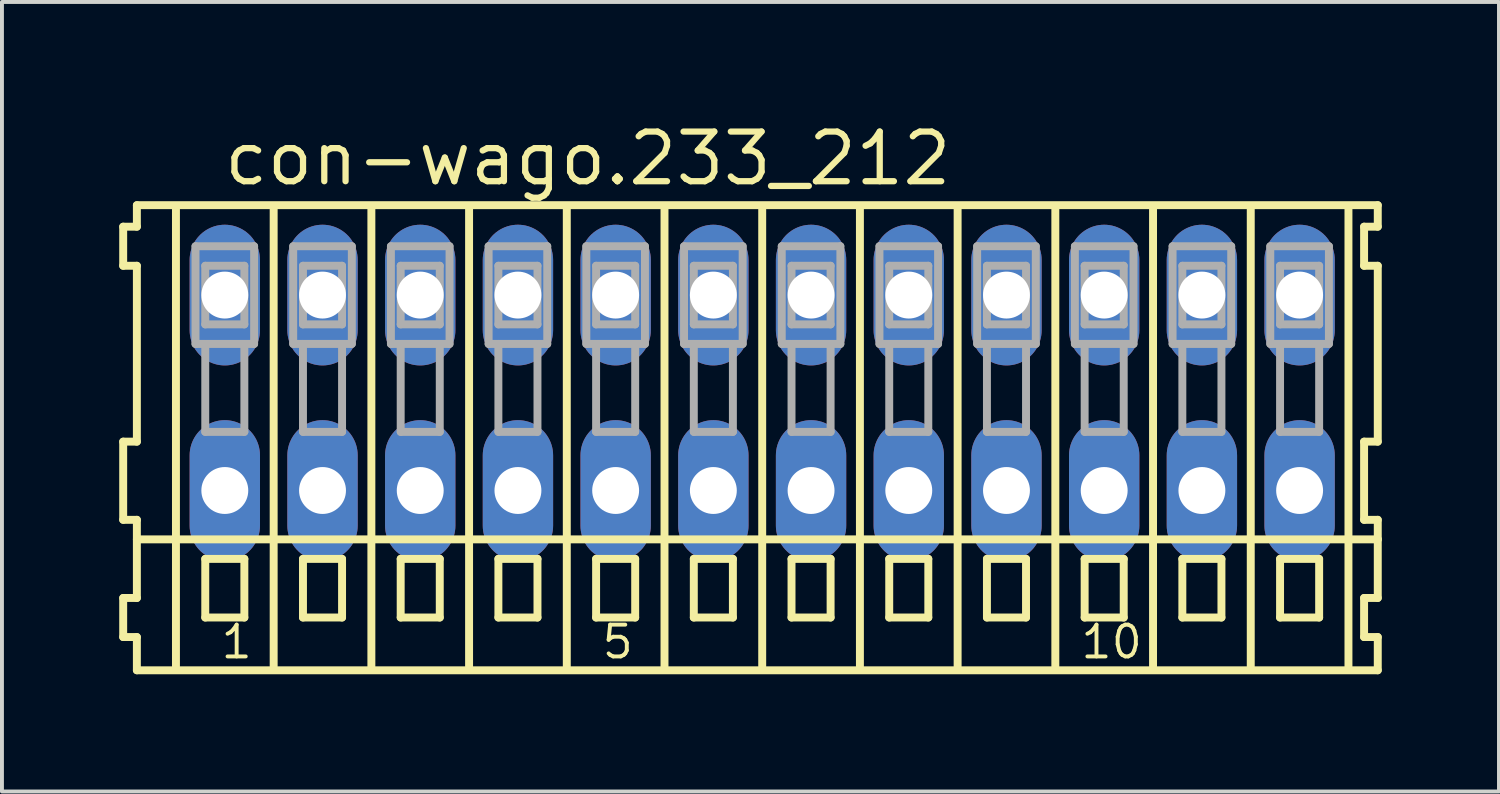
<source format=kicad_pcb>
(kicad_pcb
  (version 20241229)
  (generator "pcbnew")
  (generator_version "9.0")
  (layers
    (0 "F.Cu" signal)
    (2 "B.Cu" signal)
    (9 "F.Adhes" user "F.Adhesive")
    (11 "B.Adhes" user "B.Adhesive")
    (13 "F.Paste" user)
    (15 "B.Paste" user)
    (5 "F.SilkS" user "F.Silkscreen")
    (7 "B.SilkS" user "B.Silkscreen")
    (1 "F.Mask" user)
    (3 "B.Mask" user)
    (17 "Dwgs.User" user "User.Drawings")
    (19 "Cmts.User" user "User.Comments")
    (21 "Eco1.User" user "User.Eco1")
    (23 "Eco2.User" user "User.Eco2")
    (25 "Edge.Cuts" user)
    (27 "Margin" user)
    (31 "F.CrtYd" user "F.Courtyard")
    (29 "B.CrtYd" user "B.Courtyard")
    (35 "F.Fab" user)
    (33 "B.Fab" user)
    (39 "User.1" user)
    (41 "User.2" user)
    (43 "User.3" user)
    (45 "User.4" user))
  (footprint "con-wago.233_212"
    (layer "F.Cu")
    (at 16.452 7)
    (property "Reference" "con-wago.233_212" (at -13.85 -5.25 0) (layer "F.SilkS") (effects (font (size 1.27 1.27) (thickness 0.16)) (justify left bottom)))
    (attr through_hole)
    (fp_line (start -16.35 -4.25) (end -16.35 -3.25) (stroke (width 0.203) (type default)) (layer "F.SilkS"))
    (fp_line (start -16.35 -3.25) (end -16 -3.25) (stroke (width 0.203) (type default)) (layer "F.SilkS"))
    (fp_line (start -16.35 1.25) (end -16.35 3.25) (stroke (width 0.203) (type default)) (layer "F.SilkS"))
    (fp_line (start -16.35 3.25) (end -16 3.25) (stroke (width 0.203) (type default)) (layer "F.SilkS"))
    (fp_line (start -16.35 5.25) (end -16.35 6.25) (stroke (width 0.203) (type default)) (layer "F.SilkS"))
    (fp_line (start -16.35 6.25) (end -16 6.25) (stroke (width 0.203) (type default)) (layer "F.SilkS"))
    (fp_line (start -16 -4.8) (end -16 -4.25) (stroke (width 0.203) (type default)) (layer "F.SilkS"))
    (fp_line (start -16 -4.25) (end -16.35 -4.25) (stroke (width 0.203) (type default)) (layer "F.SilkS"))
    (fp_line (start -16 -3.25) (end -16 1.25) (stroke (width 0.203) (type default)) (layer "F.SilkS"))
    (fp_line (start -16 1.25) (end -16.35 1.25) (stroke (width 0.203) (type default)) (layer "F.SilkS"))
    (fp_line (start -16 3.25) (end -16 5.25) (stroke (width 0.203) (type default)) (layer "F.SilkS"))
    (fp_line (start -16 3.75) (end 15.75 3.75) (stroke (width 0.203) (type default)) (layer "F.SilkS"))
    (fp_line (start -16 5.25) (end -16.35 5.25) (stroke (width 0.203) (type default)) (layer "F.SilkS"))
    (fp_line (start -16 6.25) (end -16 7.1) (stroke (width 0.203) (type default)) (layer "F.SilkS"))
    (fp_line (start -16 7.1) (end 15.75 7.1) (stroke (width 0.203) (type default)) (layer "F.SilkS"))
    (fp_line (start -15 -4.75) (end -15 7) (stroke (width 0.203) (type default)) (layer "F.SilkS"))
    (fp_line (start -14.25 4.25) (end -14.25 5.75) (stroke (width 0.203) (type default)) (layer "F.SilkS"))
    (fp_line (start -14.25 5.75) (end -13.25 5.75) (stroke (width 0.203) (type default)) (layer "F.SilkS"))
    (fp_line (start -13.25 4.25) (end -14.25 4.25) (stroke (width 0.203) (type default)) (layer "F.SilkS"))
    (fp_line (start -13.25 5.75) (end -13.25 4.25) (stroke (width 0.203) (type default)) (layer "F.SilkS"))
    (fp_line (start -12.5 -4.75) (end -12.5 7) (stroke (width 0.203) (type default)) (layer "F.SilkS"))
    (fp_line (start -11.75 4.25) (end -11.75 5.75) (stroke (width 0.203) (type default)) (layer "F.SilkS"))
    (fp_line (start -11.75 5.75) (end -10.75 5.75) (stroke (width 0.203) (type default)) (layer "F.SilkS"))
    (fp_line (start -10.75 4.25) (end -11.75 4.25) (stroke (width 0.203) (type default)) (layer "F.SilkS"))
    (fp_line (start -10.75 5.75) (end -10.75 4.25) (stroke (width 0.203) (type default)) (layer "F.SilkS"))
    (fp_line (start -10 -4.75) (end -10 7) (stroke (width 0.203) (type default)) (layer "F.SilkS"))
    (fp_line (start -9.25 4.25) (end -9.25 5.75) (stroke (width 0.203) (type default)) (layer "F.SilkS"))
    (fp_line (start -9.25 5.75) (end -8.25 5.75) (stroke (width 0.203) (type default)) (layer "F.SilkS"))
    (fp_line (start -8.25 4.25) (end -9.25 4.25) (stroke (width 0.203) (type default)) (layer "F.SilkS"))
    (fp_line (start -8.25 5.75) (end -8.25 4.25) (stroke (width 0.203) (type default)) (layer "F.SilkS"))
    (fp_line (start -7.5 -4.75) (end -7.5 7) (stroke (width 0.203) (type default)) (layer "F.SilkS"))
    (fp_line (start -6.75 4.25) (end -6.75 5.75) (stroke (width 0.203) (type default)) (layer "F.SilkS"))
    (fp_line (start -6.75 5.75) (end -5.75 5.75) (stroke (width 0.203) (type default)) (layer "F.SilkS"))
    (fp_line (start -5.75 4.25) (end -6.75 4.25) (stroke (width 0.203) (type default)) (layer "F.SilkS"))
    (fp_line (start -5.75 5.75) (end -5.75 4.25) (stroke (width 0.203) (type default)) (layer "F.SilkS"))
    (fp_line (start -5 -4.75) (end -5 7) (stroke (width 0.203) (type default)) (layer "F.SilkS"))
    (fp_line (start -4.25 4.25) (end -4.25 5.75) (stroke (width 0.203) (type default)) (layer "F.SilkS"))
    (fp_line (start -4.25 5.75) (end -3.25 5.75) (stroke (width 0.203) (type default)) (layer "F.SilkS"))
    (fp_line (start -3.25 4.25) (end -4.25 4.25) (stroke (width 0.203) (type default)) (layer "F.SilkS"))
    (fp_line (start -3.25 5.75) (end -3.25 4.25) (stroke (width 0.203) (type default)) (layer "F.SilkS"))
    (fp_line (start -2.5 -4.75) (end -2.5 7) (stroke (width 0.203) (type default)) (layer "F.SilkS"))
    (fp_line (start -1.75 4.25) (end -1.75 5.75) (stroke (width 0.203) (type default)) (layer "F.SilkS"))
    (fp_line (start -1.75 5.75) (end -0.75 5.75) (stroke (width 0.203) (type default)) (layer "F.SilkS"))
    (fp_line (start -0.75 4.25) (end -1.75 4.25) (stroke (width 0.203) (type default)) (layer "F.SilkS"))
    (fp_line (start -0.75 5.75) (end -0.75 4.25) (stroke (width 0.203) (type default)) (layer "F.SilkS"))
    (fp_line (start 0 -4.75) (end 0 7) (stroke (width 0.203) (type default)) (layer "F.SilkS"))
    (fp_line (start 0.75 4.25) (end 0.75 5.75) (stroke (width 0.203) (type default)) (layer "F.SilkS"))
    (fp_line (start 0.75 5.75) (end 1.75 5.75) (stroke (width 0.203) (type default)) (layer "F.SilkS"))
    (fp_line (start 1.75 4.25) (end 0.75 4.25) (stroke (width 0.203) (type default)) (layer "F.SilkS"))
    (fp_line (start 1.75 5.75) (end 1.75 4.25) (stroke (width 0.203) (type default)) (layer "F.SilkS"))
    (fp_line (start 2.5 -4.75) (end 2.5 7) (stroke (width 0.203) (type default)) (layer "F.SilkS"))
    (fp_line (start 3.25 4.25) (end 3.25 5.75) (stroke (width 0.203) (type default)) (layer "F.SilkS"))
    (fp_line (start 3.25 5.75) (end 4.25 5.75) (stroke (width 0.203) (type default)) (layer "F.SilkS"))
    (fp_line (start 4.25 4.25) (end 3.25 4.25) (stroke (width 0.203) (type default)) (layer "F.SilkS"))
    (fp_line (start 4.25 5.75) (end 4.25 4.25) (stroke (width 0.203) (type default)) (layer "F.SilkS"))
    (fp_line (start 5 -4.75) (end 5 7) (stroke (width 0.203) (type default)) (layer "F.SilkS"))
    (fp_line (start 5.75 4.25) (end 5.75 5.75) (stroke (width 0.203) (type default)) (layer "F.SilkS"))
    (fp_line (start 5.75 5.75) (end 6.75 5.75) (stroke (width 0.203) (type default)) (layer "F.SilkS"))
    (fp_line (start 6.75 4.25) (end 5.75 4.25) (stroke (width 0.203) (type default)) (layer "F.SilkS"))
    (fp_line (start 6.75 5.75) (end 6.75 4.25) (stroke (width 0.203) (type default)) (layer "F.SilkS"))
    (fp_line (start 7.5 -4.75) (end 7.5 7) (stroke (width 0.203) (type default)) (layer "F.SilkS"))
    (fp_line (start 8.25 4.25) (end 8.25 5.75) (stroke (width 0.203) (type default)) (layer "F.SilkS"))
    (fp_line (start 8.25 5.75) (end 9.25 5.75) (stroke (width 0.203) (type default)) (layer "F.SilkS"))
    (fp_line (start 9.25 4.25) (end 8.25 4.25) (stroke (width 0.203) (type default)) (layer "F.SilkS"))
    (fp_line (start 9.25 5.75) (end 9.25 4.25) (stroke (width 0.203) (type default)) (layer "F.SilkS"))
    (fp_line (start 10 -4.75) (end 10 7) (stroke (width 0.203) (type default)) (layer "F.SilkS"))
    (fp_line (start 10.75 4.25) (end 10.75 5.75) (stroke (width 0.203) (type default)) (layer "F.SilkS"))
    (fp_line (start 10.75 5.75) (end 11.75 5.75) (stroke (width 0.203) (type default)) (layer "F.SilkS"))
    (fp_line (start 11.75 4.25) (end 10.75 4.25) (stroke (width 0.203) (type default)) (layer "F.SilkS"))
    (fp_line (start 11.75 5.75) (end 11.75 4.25) (stroke (width 0.203) (type default)) (layer "F.SilkS"))
    (fp_line (start 12.5 -4.75) (end 12.5 7) (stroke (width 0.203) (type default)) (layer "F.SilkS"))
    (fp_line (start 13.25 4.25) (end 13.25 5.75) (stroke (width 0.203) (type default)) (layer "F.SilkS"))
    (fp_line (start 13.25 5.75) (end 14.25 5.75) (stroke (width 0.203) (type default)) (layer "F.SilkS"))
    (fp_line (start 14.25 4.25) (end 13.25 4.25) (stroke (width 0.203) (type default)) (layer "F.SilkS"))
    (fp_line (start 14.25 5.75) (end 14.25 4.25) (stroke (width 0.203) (type default)) (layer "F.SilkS"))
    (fp_line (start 15 -4.75) (end 15 7) (stroke (width 0.203) (type default)) (layer "F.SilkS"))
    (fp_line (start 15.4 -4.25) (end 15.4 -3.25) (stroke (width 0.203) (type default)) (layer "F.SilkS"))
    (fp_line (start 15.4 -3.25) (end 15.75 -3.25) (stroke (width 0.203) (type default)) (layer "F.SilkS"))
    (fp_line (start 15.4 1.25) (end 15.4 3.25) (stroke (width 0.203) (type default)) (layer "F.SilkS"))
    (fp_line (start 15.4 3.25) (end 15.75 3.25) (stroke (width 0.203) (type default)) (layer "F.SilkS"))
    (fp_line (start 15.4 5.25) (end 15.4 6.25) (stroke (width 0.203) (type default)) (layer "F.SilkS"))
    (fp_line (start 15.4 6.25) (end 15.75 6.25) (stroke (width 0.203) (type default)) (layer "F.SilkS"))
    (fp_line (start 15.75 -4.8) (end -16 -4.8) (stroke (width 0.203) (type default)) (layer "F.SilkS"))
    (fp_line (start 15.75 -4.25) (end 15.4 -4.25) (stroke (width 0.203) (type default)) (layer "F.SilkS"))
    (fp_line (start 15.75 -4.25) (end 15.75 -4.8) (stroke (width 0.203) (type default)) (layer "F.SilkS"))
    (fp_line (start 15.75 1.25) (end 15.4 1.25) (stroke (width 0.203) (type default)) (layer "F.SilkS"))
    (fp_line (start 15.75 1.25) (end 15.75 -3.25) (stroke (width 0.203) (type default)) (layer "F.SilkS"))
    (fp_line (start 15.75 3.75) (end 15.75 3.25) (stroke (width 0.203) (type default)) (layer "F.SilkS"))
    (fp_line (start 15.75 5.25) (end 15.4 5.25) (stroke (width 0.203) (type default)) (layer "F.SilkS"))
    (fp_line (start 15.75 5.25) (end 15.75 3.75) (stroke (width 0.203) (type default)) (layer "F.SilkS"))
    (fp_line (start 15.75 7.1) (end 15.75 6.25) (stroke (width 0.203) (type default)) (layer "F.SilkS"))
    (fp_line (start -14.5 -3.75) (end -14.5 -1.25) (stroke (width 0.203) (type default)) (layer "F.Fab"))
    (fp_line (start -14.5 -1.25) (end -14.25 -1.25) (stroke (width 0.203) (type default)) (layer "F.Fab"))
    (fp_line (start -14.25 -3.25) (end -14.25 -1.75) (stroke (width 0.203) (type default)) (layer "F.Fab"))
    (fp_line (start -14.25 -1.75) (end -13.25 -1.75) (stroke (width 0.203) (type default)) (layer "F.Fab"))
    (fp_line (start -14.25 -1.25) (end -14.25 1) (stroke (width 0.203) (type default)) (layer "F.Fab"))
    (fp_line (start -14.25 -1.25) (end -13.25 -1.25) (stroke (width 0.203) (type default)) (layer "F.Fab"))
    (fp_line (start -14.25 1) (end -13.25 1) (stroke (width 0.203) (type default)) (layer "F.Fab"))
    (fp_line (start -13.25 -3.25) (end -14.25 -3.25) (stroke (width 0.203) (type default)) (layer "F.Fab"))
    (fp_line (start -13.25 -1.75) (end -13.25 -3.25) (stroke (width 0.203) (type default)) (layer "F.Fab"))
    (fp_line (start -13.25 -1.25) (end -13 -1.25) (stroke (width 0.203) (type default)) (layer "F.Fab"))
    (fp_line (start -13.25 1) (end -13.25 -1.25) (stroke (width 0.203) (type default)) (layer "F.Fab"))
    (fp_line (start -13 -3.75) (end -14.5 -3.75) (stroke (width 0.203) (type default)) (layer "F.Fab"))
    (fp_line (start -13 -1.25) (end -13 -3.75) (stroke (width 0.203) (type default)) (layer "F.Fab"))
    (fp_line (start -12 -3.75) (end -12 -1.25) (stroke (width 0.203) (type default)) (layer "F.Fab"))
    (fp_line (start -12 -1.25) (end -11.75 -1.25) (stroke (width 0.203) (type default)) (layer "F.Fab"))
    (fp_line (start -11.75 -3.25) (end -11.75 -1.75) (stroke (width 0.203) (type default)) (layer "F.Fab"))
    (fp_line (start -11.75 -1.75) (end -10.75 -1.75) (stroke (width 0.203) (type default)) (layer "F.Fab"))
    (fp_line (start -11.75 -1.25) (end -11.75 1) (stroke (width 0.203) (type default)) (layer "F.Fab"))
    (fp_line (start -11.75 -1.25) (end -10.75 -1.25) (stroke (width 0.203) (type default)) (layer "F.Fab"))
    (fp_line (start -11.75 1) (end -10.75 1) (stroke (width 0.203) (type default)) (layer "F.Fab"))
    (fp_line (start -10.75 -3.25) (end -11.75 -3.25) (stroke (width 0.203) (type default)) (layer "F.Fab"))
    (fp_line (start -10.75 -1.75) (end -10.75 -3.25) (stroke (width 0.203) (type default)) (layer "F.Fab"))
    (fp_line (start -10.75 -1.25) (end -10.5 -1.25) (stroke (width 0.203) (type default)) (layer "F.Fab"))
    (fp_line (start -10.75 1) (end -10.75 -1.25) (stroke (width 0.203) (type default)) (layer "F.Fab"))
    (fp_line (start -10.5 -3.75) (end -12 -3.75) (stroke (width 0.203) (type default)) (layer "F.Fab"))
    (fp_line (start -10.5 -1.25) (end -10.5 -3.75) (stroke (width 0.203) (type default)) (layer "F.Fab"))
    (fp_line (start -9.5 -3.75) (end -9.5 -1.25) (stroke (width 0.203) (type default)) (layer "F.Fab"))
    (fp_line (start -9.5 -1.25) (end -9.25 -1.25) (stroke (width 0.203) (type default)) (layer "F.Fab"))
    (fp_line (start -9.25 -3.25) (end -9.25 -1.75) (stroke (width 0.203) (type default)) (layer "F.Fab"))
    (fp_line (start -9.25 -1.75) (end -8.25 -1.75) (stroke (width 0.203) (type default)) (layer "F.Fab"))
    (fp_line (start -9.25 -1.25) (end -9.25 1) (stroke (width 0.203) (type default)) (layer "F.Fab"))
    (fp_line (start -9.25 -1.25) (end -8.25 -1.25) (stroke (width 0.203) (type default)) (layer "F.Fab"))
    (fp_line (start -9.25 1) (end -8.25 1) (stroke (width 0.203) (type default)) (layer "F.Fab"))
    (fp_line (start -8.25 -3.25) (end -9.25 -3.25) (stroke (width 0.203) (type default)) (layer "F.Fab"))
    (fp_line (start -8.25 -1.75) (end -8.25 -3.25) (stroke (width 0.203) (type default)) (layer "F.Fab"))
    (fp_line (start -8.25 -1.25) (end -8 -1.25) (stroke (width 0.203) (type default)) (layer "F.Fab"))
    (fp_line (start -8.25 1) (end -8.25 -1.25) (stroke (width 0.203) (type default)) (layer "F.Fab"))
    (fp_line (start -8 -3.75) (end -9.5 -3.75) (stroke (width 0.203) (type default)) (layer "F.Fab"))
    (fp_line (start -8 -1.25) (end -8 -3.75) (stroke (width 0.203) (type default)) (layer "F.Fab"))
    (fp_line (start -7 -3.75) (end -7 -1.25) (stroke (width 0.203) (type default)) (layer "F.Fab"))
    (fp_line (start -7 -1.25) (end -6.75 -1.25) (stroke (width 0.203) (type default)) (layer "F.Fab"))
    (fp_line (start -6.75 -3.25) (end -6.75 -1.75) (stroke (width 0.203) (type default)) (layer "F.Fab"))
    (fp_line (start -6.75 -1.75) (end -5.75 -1.75) (stroke (width 0.203) (type default)) (layer "F.Fab"))
    (fp_line (start -6.75 -1.25) (end -6.75 1) (stroke (width 0.203) (type default)) (layer "F.Fab"))
    (fp_line (start -6.75 -1.25) (end -5.75 -1.25) (stroke (width 0.203) (type default)) (layer "F.Fab"))
    (fp_line (start -6.75 1) (end -5.75 1) (stroke (width 0.203) (type default)) (layer "F.Fab"))
    (fp_line (start -5.75 -3.25) (end -6.75 -3.25) (stroke (width 0.203) (type default)) (layer "F.Fab"))
    (fp_line (start -5.75 -1.75) (end -5.75 -3.25) (stroke (width 0.203) (type default)) (layer "F.Fab"))
    (fp_line (start -5.75 -1.25) (end -5.5 -1.25) (stroke (width 0.203) (type default)) (layer "F.Fab"))
    (fp_line (start -5.75 1) (end -5.75 -1.25) (stroke (width 0.203) (type default)) (layer "F.Fab"))
    (fp_line (start -5.5 -3.75) (end -7 -3.75) (stroke (width 0.203) (type default)) (layer "F.Fab"))
    (fp_line (start -5.5 -1.25) (end -5.5 -3.75) (stroke (width 0.203) (type default)) (layer "F.Fab"))
    (fp_line (start -4.5 -3.75) (end -4.5 -1.25) (stroke (width 0.203) (type default)) (layer "F.Fab"))
    (fp_line (start -4.5 -1.25) (end -4.25 -1.25) (stroke (width 0.203) (type default)) (layer "F.Fab"))
    (fp_line (start -4.25 -3.25) (end -4.25 -1.75) (stroke (width 0.203) (type default)) (layer "F.Fab"))
    (fp_line (start -4.25 -1.75) (end -3.25 -1.75) (stroke (width 0.203) (type default)) (layer "F.Fab"))
    (fp_line (start -4.25 -1.25) (end -4.25 1) (stroke (width 0.203) (type default)) (layer "F.Fab"))
    (fp_line (start -4.25 -1.25) (end -3.25 -1.25) (stroke (width 0.203) (type default)) (layer "F.Fab"))
    (fp_line (start -4.25 1) (end -3.25 1) (stroke (width 0.203) (type default)) (layer "F.Fab"))
    (fp_line (start -3.25 -3.25) (end -4.25 -3.25) (stroke (width 0.203) (type default)) (layer "F.Fab"))
    (fp_line (start -3.25 -1.75) (end -3.25 -3.25) (stroke (width 0.203) (type default)) (layer "F.Fab"))
    (fp_line (start -3.25 -1.25) (end -3 -1.25) (stroke (width 0.203) (type default)) (layer "F.Fab"))
    (fp_line (start -3.25 1) (end -3.25 -1.25) (stroke (width 0.203) (type default)) (layer "F.Fab"))
    (fp_line (start -3 -3.75) (end -4.5 -3.75) (stroke (width 0.203) (type default)) (layer "F.Fab"))
    (fp_line (start -3 -1.25) (end -3 -3.75) (stroke (width 0.203) (type default)) (layer "F.Fab"))
    (fp_line (start -2 -3.75) (end -2 -1.25) (stroke (width 0.203) (type default)) (layer "F.Fab"))
    (fp_line (start -2 -1.25) (end -1.75 -1.25) (stroke (width 0.203) (type default)) (layer "F.Fab"))
    (fp_line (start -1.75 -3.25) (end -1.75 -1.75) (stroke (width 0.203) (type default)) (layer "F.Fab"))
    (fp_line (start -1.75 -1.75) (end -0.75 -1.75) (stroke (width 0.203) (type default)) (layer "F.Fab"))
    (fp_line (start -1.75 -1.25) (end -1.75 1) (stroke (width 0.203) (type default)) (layer "F.Fab"))
    (fp_line (start -1.75 -1.25) (end -0.75 -1.25) (stroke (width 0.203) (type default)) (layer "F.Fab"))
    (fp_line (start -1.75 1) (end -0.75 1) (stroke (width 0.203) (type default)) (layer "F.Fab"))
    (fp_line (start -0.75 -3.25) (end -1.75 -3.25) (stroke (width 0.203) (type default)) (layer "F.Fab"))
    (fp_line (start -0.75 -1.75) (end -0.75 -3.25) (stroke (width 0.203) (type default)) (layer "F.Fab"))
    (fp_line (start -0.75 -1.25) (end -0.5 -1.25) (stroke (width 0.203) (type default)) (layer "F.Fab"))
    (fp_line (start -0.75 1) (end -0.75 -1.25) (stroke (width 0.203) (type default)) (layer "F.Fab"))
    (fp_line (start -0.5 -3.75) (end -2 -3.75) (stroke (width 0.203) (type default)) (layer "F.Fab"))
    (fp_line (start -0.5 -1.25) (end -0.5 -3.75) (stroke (width 0.203) (type default)) (layer "F.Fab"))
    (fp_line (start 0.5 -3.75) (end 0.5 -1.25) (stroke (width 0.203) (type default)) (layer "F.Fab"))
    (fp_line (start 0.5 -1.25) (end 0.75 -1.25) (stroke (width 0.203) (type default)) (layer "F.Fab"))
    (fp_line (start 0.75 -3.25) (end 0.75 -1.75) (stroke (width 0.203) (type default)) (layer "F.Fab"))
    (fp_line (start 0.75 -1.75) (end 1.75 -1.75) (stroke (width 0.203) (type default)) (layer "F.Fab"))
    (fp_line (start 0.75 -1.25) (end 0.75 1) (stroke (width 0.203) (type default)) (layer "F.Fab"))
    (fp_line (start 0.75 -1.25) (end 1.75 -1.25) (stroke (width 0.203) (type default)) (layer "F.Fab"))
    (fp_line (start 0.75 1) (end 1.75 1) (stroke (width 0.203) (type default)) (layer "F.Fab"))
    (fp_line (start 1.75 -3.25) (end 0.75 -3.25) (stroke (width 0.203) (type default)) (layer "F.Fab"))
    (fp_line (start 1.75 -1.75) (end 1.75 -3.25) (stroke (width 0.203) (type default)) (layer "F.Fab"))
    (fp_line (start 1.75 -1.25) (end 2 -1.25) (stroke (width 0.203) (type default)) (layer "F.Fab"))
    (fp_line (start 1.75 1) (end 1.75 -1.25) (stroke (width 0.203) (type default)) (layer "F.Fab"))
    (fp_line (start 2 -3.75) (end 0.5 -3.75) (stroke (width 0.203) (type default)) (layer "F.Fab"))
    (fp_line (start 2 -1.25) (end 2 -3.75) (stroke (width 0.203) (type default)) (layer "F.Fab"))
    (fp_line (start 3 -3.75) (end 3 -1.25) (stroke (width 0.203) (type default)) (layer "F.Fab"))
    (fp_line (start 3 -1.25) (end 3.25 -1.25) (stroke (width 0.203) (type default)) (layer "F.Fab"))
    (fp_line (start 3.25 -3.25) (end 3.25 -1.75) (stroke (width 0.203) (type default)) (layer "F.Fab"))
    (fp_line (start 3.25 -1.75) (end 4.25 -1.75) (stroke (width 0.203) (type default)) (layer "F.Fab"))
    (fp_line (start 3.25 -1.25) (end 3.25 1) (stroke (width 0.203) (type default)) (layer "F.Fab"))
    (fp_line (start 3.25 -1.25) (end 4.25 -1.25) (stroke (width 0.203) (type default)) (layer "F.Fab"))
    (fp_line (start 3.25 1) (end 4.25 1) (stroke (width 0.203) (type default)) (layer "F.Fab"))
    (fp_line (start 4.25 -3.25) (end 3.25 -3.25) (stroke (width 0.203) (type default)) (layer "F.Fab"))
    (fp_line (start 4.25 -1.75) (end 4.25 -3.25) (stroke (width 0.203) (type default)) (layer "F.Fab"))
    (fp_line (start 4.25 -1.25) (end 4.5 -1.25) (stroke (width 0.203) (type default)) (layer "F.Fab"))
    (fp_line (start 4.25 1) (end 4.25 -1.25) (stroke (width 0.203) (type default)) (layer "F.Fab"))
    (fp_line (start 4.5 -3.75) (end 3 -3.75) (stroke (width 0.203) (type default)) (layer "F.Fab"))
    (fp_line (start 4.5 -1.25) (end 4.5 -3.75) (stroke (width 0.203) (type default)) (layer "F.Fab"))
    (fp_line (start 5.5 -3.75) (end 5.5 -1.25) (stroke (width 0.203) (type default)) (layer "F.Fab"))
    (fp_line (start 5.5 -1.25) (end 5.75 -1.25) (stroke (width 0.203) (type default)) (layer "F.Fab"))
    (fp_line (start 5.75 -3.25) (end 5.75 -1.75) (stroke (width 0.203) (type default)) (layer "F.Fab"))
    (fp_line (start 5.75 -1.75) (end 6.75 -1.75) (stroke (width 0.203) (type default)) (layer "F.Fab"))
    (fp_line (start 5.75 -1.25) (end 5.75 1) (stroke (width 0.203) (type default)) (layer "F.Fab"))
    (fp_line (start 5.75 -1.25) (end 6.75 -1.25) (stroke (width 0.203) (type default)) (layer "F.Fab"))
    (fp_line (start 5.75 1) (end 6.75 1) (stroke (width 0.203) (type default)) (layer "F.Fab"))
    (fp_line (start 6.75 -3.25) (end 5.75 -3.25) (stroke (width 0.203) (type default)) (layer "F.Fab"))
    (fp_line (start 6.75 -1.75) (end 6.75 -3.25) (stroke (width 0.203) (type default)) (layer "F.Fab"))
    (fp_line (start 6.75 -1.25) (end 7 -1.25) (stroke (width 0.203) (type default)) (layer "F.Fab"))
    (fp_line (start 6.75 1) (end 6.75 -1.25) (stroke (width 0.203) (type default)) (layer "F.Fab"))
    (fp_line (start 7 -3.75) (end 5.5 -3.75) (stroke (width 0.203) (type default)) (layer "F.Fab"))
    (fp_line (start 7 -1.25) (end 7 -3.75) (stroke (width 0.203) (type default)) (layer "F.Fab"))
    (fp_line (start 8 -3.75) (end 8 -1.25) (stroke (width 0.203) (type default)) (layer "F.Fab"))
    (fp_line (start 8 -1.25) (end 8.25 -1.25) (stroke (width 0.203) (type default)) (layer "F.Fab"))
    (fp_line (start 8.25 -3.25) (end 8.25 -1.75) (stroke (width 0.203) (type default)) (layer "F.Fab"))
    (fp_line (start 8.25 -1.75) (end 9.25 -1.75) (stroke (width 0.203) (type default)) (layer "F.Fab"))
    (fp_line (start 8.25 -1.25) (end 8.25 1) (stroke (width 0.203) (type default)) (layer "F.Fab"))
    (fp_line (start 8.25 -1.25) (end 9.25 -1.25) (stroke (width 0.203) (type default)) (layer "F.Fab"))
    (fp_line (start 8.25 1) (end 9.25 1) (stroke (width 0.203) (type default)) (layer "F.Fab"))
    (fp_line (start 9.25 -3.25) (end 8.25 -3.25) (stroke (width 0.203) (type default)) (layer "F.Fab"))
    (fp_line (start 9.25 -1.75) (end 9.25 -3.25) (stroke (width 0.203) (type default)) (layer "F.Fab"))
    (fp_line (start 9.25 -1.25) (end 9.5 -1.25) (stroke (width 0.203) (type default)) (layer "F.Fab"))
    (fp_line (start 9.25 1) (end 9.25 -1.25) (stroke (width 0.203) (type default)) (layer "F.Fab"))
    (fp_line (start 9.5 -3.75) (end 8 -3.75) (stroke (width 0.203) (type default)) (layer "F.Fab"))
    (fp_line (start 9.5 -1.25) (end 9.5 -3.75) (stroke (width 0.203) (type default)) (layer "F.Fab"))
    (fp_line (start 10.5 -3.75) (end 10.5 -1.25) (stroke (width 0.203) (type default)) (layer "F.Fab"))
    (fp_line (start 10.5 -1.25) (end 10.75 -1.25) (stroke (width 0.203) (type default)) (layer "F.Fab"))
    (fp_line (start 10.75 -3.25) (end 10.75 -1.75) (stroke (width 0.203) (type default)) (layer "F.Fab"))
    (fp_line (start 10.75 -1.75) (end 11.75 -1.75) (stroke (width 0.203) (type default)) (layer "F.Fab"))
    (fp_line (start 10.75 -1.25) (end 10.75 1) (stroke (width 0.203) (type default)) (layer "F.Fab"))
    (fp_line (start 10.75 -1.25) (end 11.75 -1.25) (stroke (width 0.203) (type default)) (layer "F.Fab"))
    (fp_line (start 10.75 1) (end 11.75 1) (stroke (width 0.203) (type default)) (layer "F.Fab"))
    (fp_line (start 11.75 -3.25) (end 10.75 -3.25) (stroke (width 0.203) (type default)) (layer "F.Fab"))
    (fp_line (start 11.75 -1.75) (end 11.75 -3.25) (stroke (width 0.203) (type default)) (layer "F.Fab"))
    (fp_line (start 11.75 -1.25) (end 12 -1.25) (stroke (width 0.203) (type default)) (layer "F.Fab"))
    (fp_line (start 11.75 1) (end 11.75 -1.25) (stroke (width 0.203) (type default)) (layer "F.Fab"))
    (fp_line (start 12 -3.75) (end 10.5 -3.75) (stroke (width 0.203) (type default)) (layer "F.Fab"))
    (fp_line (start 12 -1.25) (end 12 -3.75) (stroke (width 0.203) (type default)) (layer "F.Fab"))
    (fp_line (start 13 -3.75) (end 13 -1.25) (stroke (width 0.203) (type default)) (layer "F.Fab"))
    (fp_line (start 13 -1.25) (end 13.25 -1.25) (stroke (width 0.203) (type default)) (layer "F.Fab"))
    (fp_line (start 13.25 -3.25) (end 13.25 -1.75) (stroke (width 0.203) (type default)) (layer "F.Fab"))
    (fp_line (start 13.25 -1.75) (end 14.25 -1.75) (stroke (width 0.203) (type default)) (layer "F.Fab"))
    (fp_line (start 13.25 -1.25) (end 13.25 1) (stroke (width 0.203) (type default)) (layer "F.Fab"))
    (fp_line (start 13.25 -1.25) (end 14.25 -1.25) (stroke (width 0.203) (type default)) (layer "F.Fab"))
    (fp_line (start 13.25 1) (end 14.25 1) (stroke (width 0.203) (type default)) (layer "F.Fab"))
    (fp_line (start 14.25 -3.25) (end 13.25 -3.25) (stroke (width 0.203) (type default)) (layer "F.Fab"))
    (fp_line (start 14.25 -1.75) (end 14.25 -3.25) (stroke (width 0.203) (type default)) (layer "F.Fab"))
    (fp_line (start 14.25 -1.25) (end 14.5 -1.25) (stroke (width 0.203) (type default)) (layer "F.Fab"))
    (fp_line (start 14.25 1) (end 14.25 -1.25) (stroke (width 0.203) (type default)) (layer "F.Fab"))
    (fp_line (start 14.5 -3.75) (end 13 -3.75) (stroke (width 0.203) (type default)) (layer "F.Fab"))
    (fp_line (start 14.5 -1.25) (end 14.5 -3.75) (stroke (width 0.203) (type default)) (layer "F.Fab"))
    (fp_text user "10" (at 8.1 6.85 0) (layer "F.SilkS") (effects (font (size 0.813 0.813) (thickness 0.1)) (justify left bottom)))
    (fp_text user "5" (at -4.15 6.85 0) (layer "F.SilkS") (effects (font (size 0.813 0.813) (thickness 0.1)) (justify left bottom)))
    (fp_text user "1" (at -13.9 6.85 0) (layer "F.SilkS") (effects (font (size 0.813 0.813) (thickness 0.1)) (justify left bottom)))
    (pad "A1" thru_hole oval (at -13.75 -2.5 90) (size 3.6 1.8) (drill 1.2) (layers "*.Cu" "*.Mask"))
    (pad "A2" thru_hole oval (at -11.25 -2.5 90) (size 3.6 1.8) (drill 1.2) (layers "*.Cu" "*.Mask"))
    (pad "A3" thru_hole oval (at -8.75 -2.5 90) (size 3.6 1.8) (drill 1.2) (layers "*.Cu" "*.Mask"))
    (pad "A4" thru_hole oval (at -6.25 -2.5 90) (size 3.6 1.8) (drill 1.2) (layers "*.Cu" "*.Mask"))
    (pad "A5" thru_hole oval (at -3.75 -2.5 90) (size 3.6 1.8) (drill 1.2) (layers "*.Cu" "*.Mask"))
    (pad "A6" thru_hole oval (at -1.25 -2.5 90) (size 3.6 1.8) (drill 1.2) (layers "*.Cu" "*.Mask"))
    (pad "A7" thru_hole oval (at 1.25 -2.5 90) (size 3.6 1.8) (drill 1.2) (layers "*.Cu" "*.Mask"))
    (pad "A8" thru_hole oval (at 3.75 -2.5 90) (size 3.6 1.8) (drill 1.2) (layers "*.Cu" "*.Mask"))
    (pad "A9" thru_hole oval (at 6.25 -2.5 90) (size 3.6 1.8) (drill 1.2) (layers "*.Cu" "*.Mask"))
    (pad "A10" thru_hole oval (at 8.75 -2.5 90) (size 3.6 1.8) (drill 1.2) (layers "*.Cu" "*.Mask"))
    (pad "A11" thru_hole oval (at 11.25 -2.5 90) (size 3.6 1.8) (drill 1.2) (layers "*.Cu" "*.Mask"))
    (pad "A12" thru_hole oval (at 13.75 -2.5 90) (size 3.6 1.8) (drill 1.2) (layers "*.Cu" "*.Mask"))
    (pad "B1" thru_hole oval (at -13.75 2.5 90) (size 3.6 1.8) (drill 1.2) (layers "*.Cu" "*.Mask"))
    (pad "B2" thru_hole oval (at -11.25 2.5 90) (size 3.6 1.8) (drill 1.2) (layers "*.Cu" "*.Mask"))
    (pad "B3" thru_hole oval (at -8.75 2.5 90) (size 3.6 1.8) (drill 1.2) (layers "*.Cu" "*.Mask"))
    (pad "B4" thru_hole oval (at -6.25 2.5 90) (size 3.6 1.8) (drill 1.2) (layers "*.Cu" "*.Mask"))
    (pad "B5" thru_hole oval (at -3.75 2.5 90) (size 3.6 1.8) (drill 1.2) (layers "*.Cu" "*.Mask"))
    (pad "B6" thru_hole oval (at -1.25 2.5 90) (size 3.6 1.8) (drill 1.2) (layers "*.Cu" "*.Mask"))
    (pad "B7" thru_hole oval (at 1.25 2.5 90) (size 3.6 1.8) (drill 1.2) (layers "*.Cu" "*.Mask"))
    (pad "B8" thru_hole oval (at 3.75 2.5 90) (size 3.6 1.8) (drill 1.2) (layers "*.Cu" "*.Mask"))
    (pad "B9" thru_hole oval (at 6.25 2.5 90) (size 3.6 1.8) (drill 1.2) (layers "*.Cu" "*.Mask"))
    (pad "B10" thru_hole oval (at 8.75 2.5 90) (size 3.6 1.8) (drill 1.2) (layers "*.Cu" "*.Mask"))
    (pad "B11" thru_hole oval (at 11.25 2.5 90) (size 3.6 1.8) (drill 1.2) (layers "*.Cu" "*.Mask"))
    (pad "B12" thru_hole oval (at 13.75 2.5 90) (size 3.6 1.8) (drill 1.2) (layers "*.Cu" "*.Mask")))
  (gr_rect
    (start -3 -3)
    (end 35.303 17.202)
    (stroke (width 0.1) (type default))
    (fill no)
    (layer "Edge.Cuts")))
</source>
